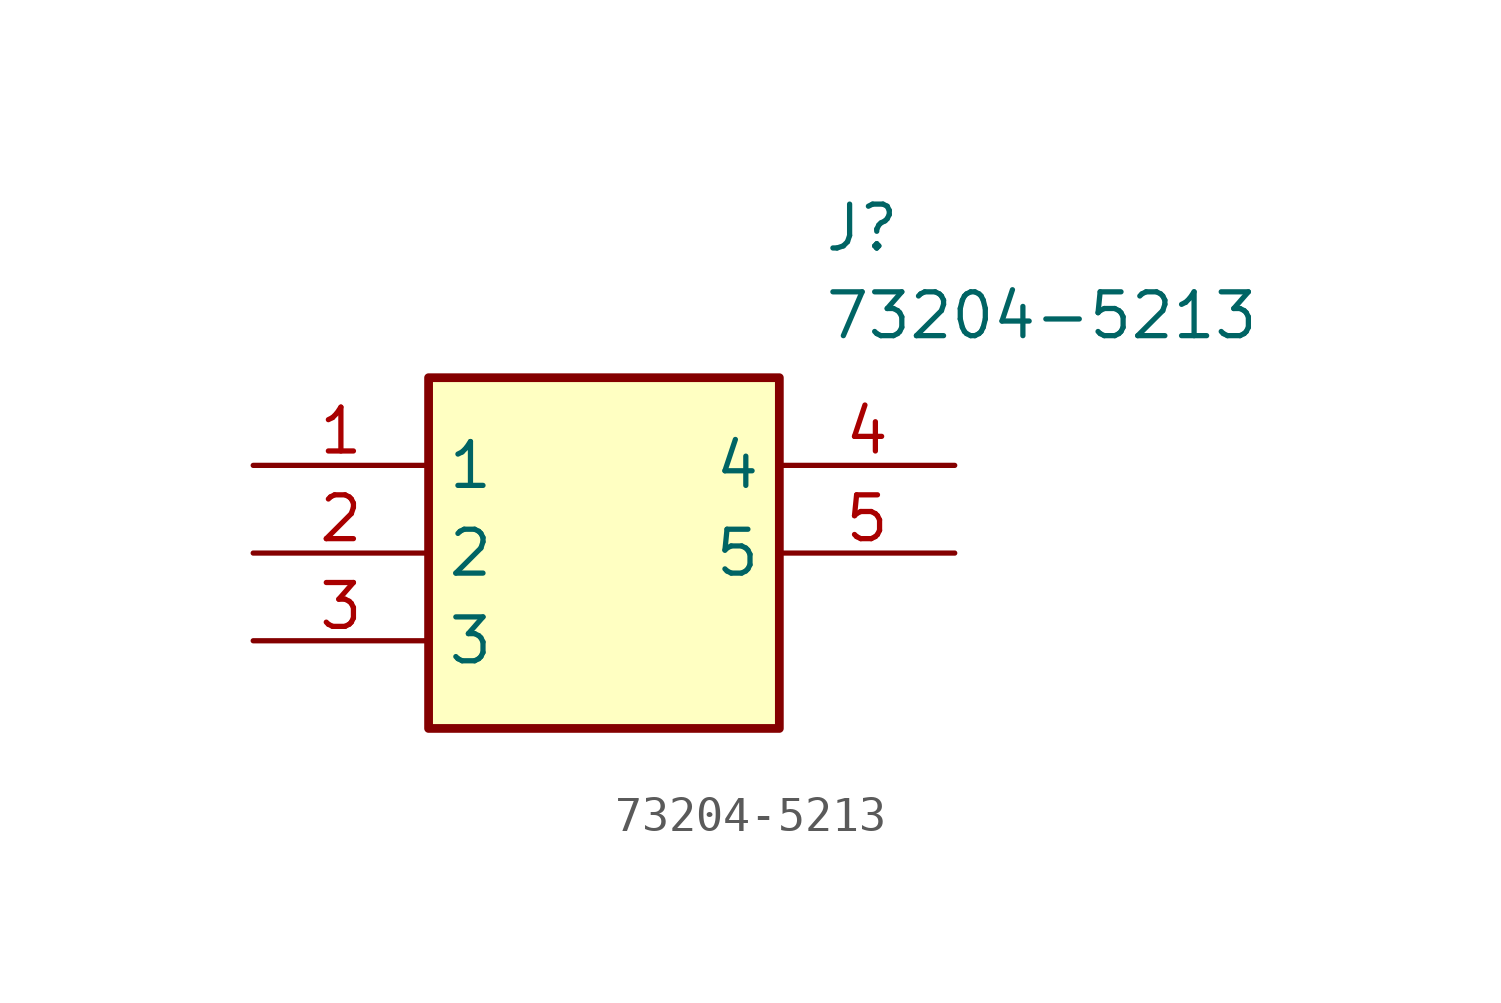
<source format=kicad_sym>
(kicad_symbol_lib
  (version 20211014)
  (generator SamacSys_ECAD_Model)
  (symbol "73204-5213"
    (property "Reference" "J"
      (at 16.51 7.62 0)
      (effects (font (size 1.27 1.27)) (justify left top)))
    (property "Value" "73204-5213"
      (at 16.51 5.08 0)
      (effects (font (size 1.27 1.27)) (justify left top)))
    (rectangle
      (start 5.08 2.54)
      (end 15.24 -7.62)
      (stroke (width 0.254) (type default))
      (fill (type background)))
    (pin passive line
      (at 0 0 0)
      (length 5.08)
      (name "1" (effects (font (size 1.27 1.27))))
      (number "1" (effects (font (size 1.27 1.27)))))
    (pin passive line
      (at 0 -2.54 0)
      (length 5.08)
      (name "2" (effects (font (size 1.27 1.27))))
      (number "2" (effects (font (size 1.27 1.27)))))
    (pin passive line
      (at 0 -5.08 0)
      (length 5.08)
      (name "3" (effects (font (size 1.27 1.27))))
      (number "3" (effects (font (size 1.27 1.27)))))
    (pin passive line
      (at 20.32 0 180)
      (length 5.08)
      (name "4" (effects (font (size 1.27 1.27))))
      (number "4" (effects (font (size 1.27 1.27)))))
    (pin passive line
      (at 20.32 -2.54 180)
      (length 5.08)
      (name "5" (effects (font (size 1.27 1.27))))
      (number "5" (effects (font (size 1.27 1.27)))))))
</source>
